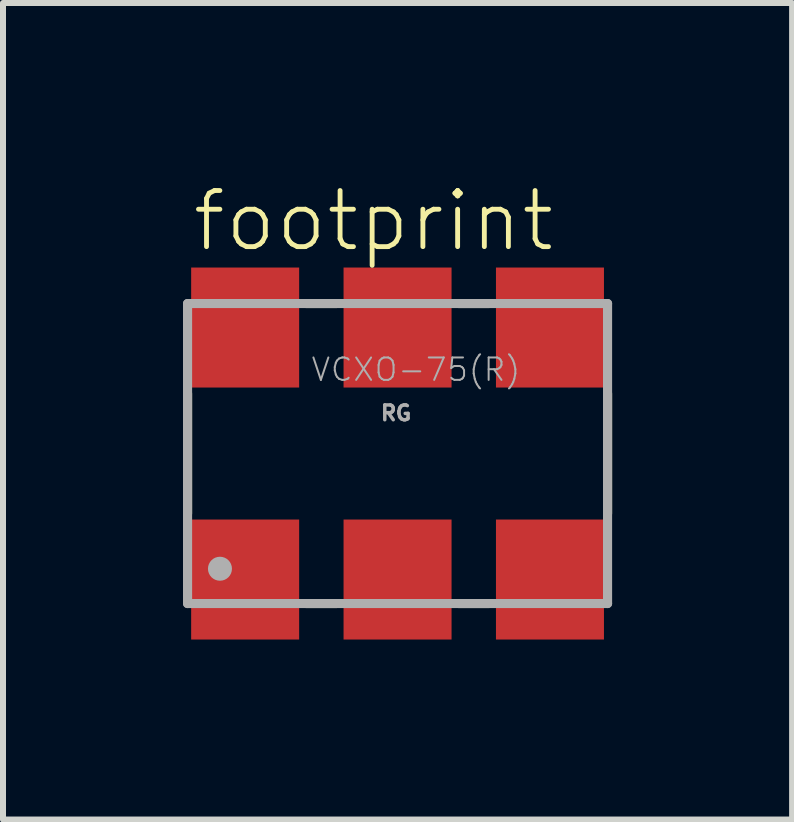
<source format=kicad_pcb>
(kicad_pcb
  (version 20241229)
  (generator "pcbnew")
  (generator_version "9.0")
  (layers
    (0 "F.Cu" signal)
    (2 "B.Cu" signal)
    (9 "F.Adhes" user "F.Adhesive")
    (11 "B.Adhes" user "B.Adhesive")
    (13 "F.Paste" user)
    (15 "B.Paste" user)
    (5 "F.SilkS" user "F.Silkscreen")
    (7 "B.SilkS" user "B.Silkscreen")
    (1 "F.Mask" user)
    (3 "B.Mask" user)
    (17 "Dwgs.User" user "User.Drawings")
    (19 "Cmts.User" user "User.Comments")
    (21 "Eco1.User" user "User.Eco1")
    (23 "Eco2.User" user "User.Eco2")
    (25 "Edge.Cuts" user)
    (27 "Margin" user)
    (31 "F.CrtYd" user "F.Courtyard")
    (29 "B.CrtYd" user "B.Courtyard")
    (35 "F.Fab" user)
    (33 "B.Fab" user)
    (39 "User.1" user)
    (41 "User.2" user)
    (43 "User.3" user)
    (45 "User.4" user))
  (footprint "footprint"
    (layer "F.Cu")
    (at 3.576 4.509)
    (property "Reference" "footprint" (at -3.46 -3.33 0) (layer "F.SilkS") (effects (font (size 0.935 0.935) (thickness 0.081)) (justify left bottom)))
    (fp_line (start -3.5 1) (end -3.5 -1) (stroke (width 0.152) (type solid)) (layer "F.SilkS"))
    (fp_line (start -1.02 -2.5) (end -1.52 -2.5) (stroke (width 0.152) (type solid)) (layer "F.SilkS"))
    (fp_line (start -1.02 2.5) (end -1.52 2.5) (stroke (width 0.152) (type solid)) (layer "F.SilkS"))
    (fp_line (start 1.52 -2.5) (end 1.02 -2.5) (stroke (width 0.152) (type solid)) (layer "F.SilkS"))
    (fp_line (start 1.52 2.5) (end 1.02 2.5) (stroke (width 0.152) (type solid)) (layer "F.SilkS"))
    (fp_line (start 3.5 1) (end 3.5 -1) (stroke (width 0.152) (type solid)) (layer "F.SilkS"))
    (fp_line (start -3.5 -2.5) (end -3.5 2.5) (stroke (width 0.152) (type solid)) (layer "F.Fab"))
    (fp_line (start -3.5 2.5) (end 3.5 2.5) (stroke (width 0.152) (type solid)) (layer "F.Fab"))
    (fp_line (start 3.5 -2.5) (end -3.5 -2.5) (stroke (width 0.152) (type solid)) (layer "F.Fab"))
    (fp_line (start 3.5 2.5) (end 3.5 -2.5) (stroke (width 0.152) (type solid)) (layer "F.Fab"))
    (fp_circle (center -2.96 1.92) (end -2.86 1.92) (stroke (width 0.2) (type solid)) (fill no) (layer "F.Fab"))
    (fp_text user "VCXO-75(R)" (at -1.46 -1.18 0) (layer "F.Fab") (effects (font (size 0.374 0.374) (thickness 0.033)) (justify left bottom)))
    (fp_text user "RG" (at -0.31 -0.53 0) (layer "F.Fab") (effects (font (size 0.247 0.247) (thickness 0.058)) (justify left bottom)))
    (pad "1" smd rect (at -2.54 2.1) (size 1.8 2) (layers "F.Cu" "F.Mask" "F.Paste"))
    (pad "2" smd rect (at 0 2.1) (size 1.8 2) (layers "F.Cu" "F.Mask" "F.Paste"))
    (pad "3" smd rect (at 2.54 2.1) (size 1.8 2) (layers "F.Cu" "F.Mask" "F.Paste"))
    (pad "4" smd rect (at 2.54 -2.1) (size 1.8 2) (layers "F.Cu" "F.Mask" "F.Paste"))
    (pad "5" smd rect (at 0 -2.1) (size 1.8 2) (layers "F.Cu" "F.Mask" "F.Paste"))
    (pad "6" smd rect (at -2.54 -2.1) (size 1.8 2) (layers "F.Cu" "F.Mask" "F.Paste")))
  (gr_rect
    (start -3 -3)
    (end 10.152 10.609)
    (stroke (width 0.1) (type default))
    (fill no)
    (layer "Edge.Cuts")))
</source>
